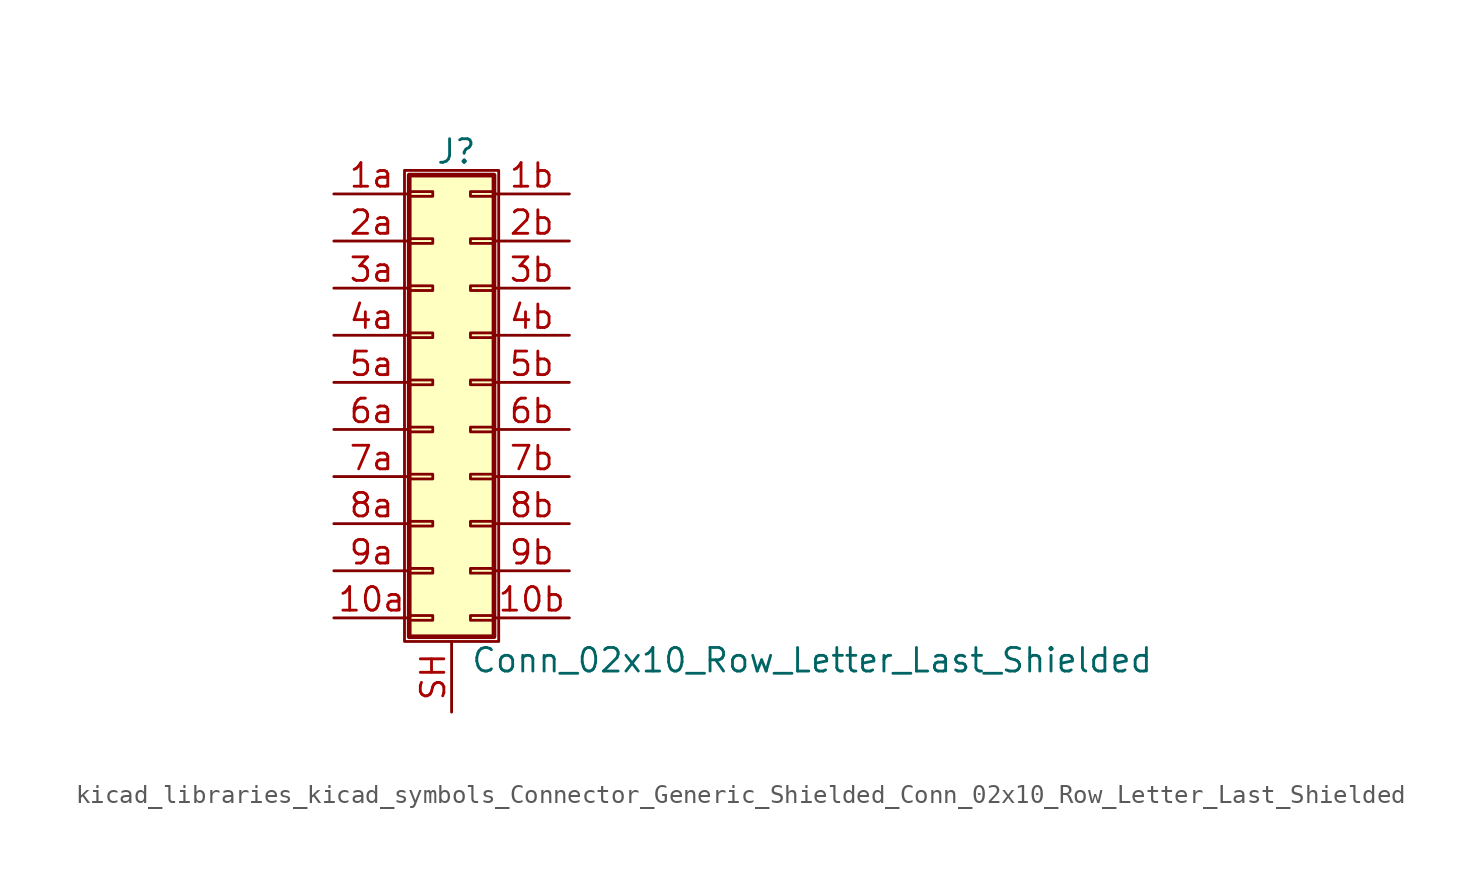
<source format=kicad_sym>
(kicad_symbol_lib
  (version 20220914)
  (generator kicad_symbol_editor)
  (symbol "kicad_libraries_kicad_symbols_Connector_Generic_Shielded_Conn_02x10_Row_Letter_Last_Shielded"
    (pin_names
      (offset 1.016) hide)
    (property "Reference" "J"
      (at 1.524 12.446 0)
      (effects (font (size 1.27 1.27))))
    (property "Value" "Conn_02x10_Row_Letter_Last_Shielded"
      (at 2.286 -14.986 0)
      (effects (font (size 1.27 1.27)) (justify left)))
    (symbol "kicad_libraries_kicad_symbols_Connector_Generic_Shielded_Conn_02x10_Row_Letter_Last_Shielded_1_1"
      (rectangle (start -1.27 11.43) (end 3.81 -13.97) (stroke (width 0.152) (type default)) (fill (type none)))
      (rectangle (start -1.016 -12.573) (end 0.254 -12.827) (stroke (width 0.152) (type default)) (fill (type none)))
      (rectangle (start -1.016 -10.033) (end 0.254 -10.287) (stroke (width 0.152) (type default)) (fill (type none)))
      (rectangle (start -1.016 -7.493) (end 0.254 -7.747) (stroke (width 0.152) (type default)) (fill (type none)))
      (rectangle (start -1.016 -4.953) (end 0.254 -5.207) (stroke (width 0.152) (type default)) (fill (type none)))
      (rectangle (start -1.016 -2.413) (end 0.254 -2.667) (stroke (width 0.152) (type default)) (fill (type none)))
      (rectangle (start -1.016 0.127) (end 0.254 -0.127) (stroke (width 0.152) (type default)) (fill (type none)))
      (rectangle (start -1.016 2.667) (end 0.254 2.413) (stroke (width 0.152) (type default)) (fill (type none)))
      (rectangle (start -1.016 5.207) (end 0.254 4.953) (stroke (width 0.152) (type default)) (fill (type none)))
      (rectangle (start -1.016 7.747) (end 0.254 7.493) (stroke (width 0.152) (type default)) (fill (type none)))
      (rectangle (start -1.016 10.287) (end 0.254 10.033) (stroke (width 0.152) (type default)) (fill (type none)))
      (rectangle (start -1.016 11.176) (end 3.556 -13.716) (stroke (width 0.254) (type default)) (fill (type background)))
      (rectangle (start 3.556 -12.573) (end 2.286 -12.827) (stroke (width 0.152) (type default)) (fill (type none)))
      (rectangle (start 3.556 -10.033) (end 2.286 -10.287) (stroke (width 0.152) (type default)) (fill (type none)))
      (rectangle (start 3.556 -7.493) (end 2.286 -7.747) (stroke (width 0.152) (type default)) (fill (type none)))
      (rectangle (start 3.556 -4.953) (end 2.286 -5.207) (stroke (width 0.152) (type default)) (fill (type none)))
      (rectangle (start 3.556 -2.413) (end 2.286 -2.667) (stroke (width 0.152) (type default)) (fill (type none)))
      (rectangle (start 3.556 0.127) (end 2.286 -0.127) (stroke (width 0.152) (type default)) (fill (type none)))
      (rectangle (start 3.556 2.667) (end 2.286 2.413) (stroke (width 0.152) (type default)) (fill (type none)))
      (rectangle (start 3.556 5.207) (end 2.286 4.953) (stroke (width 0.152) (type default)) (fill (type none)))
      (rectangle (start 3.556 7.747) (end 2.286 7.493) (stroke (width 0.152) (type default)) (fill (type none)))
      (rectangle (start 3.556 10.287) (end 2.286 10.033) (stroke (width 0.152) (type default)) (fill (type none)))
      (pin passive line (at -5.08 -12.7 0) (length 4.064) (name "Pin_10a" (effects (font (size 1.27 1.27)))) (number "10a" (effects (font (size 1.27 1.27)))))
      (pin passive line (at 7.62 -12.7 180) (length 4.064) (name "Pin_10b" (effects (font (size 1.27 1.27)))) (number "10b" (effects (font (size 1.27 1.27)))))
      (pin passive line (at -5.08 10.16 0) (length 4.064) (name "Pin_1a" (effects (font (size 1.27 1.27)))) (number "1a" (effects (font (size 1.27 1.27)))))
      (pin passive line (at 7.62 10.16 180) (length 4.064) (name "Pin_1b" (effects (font (size 1.27 1.27)))) (number "1b" (effects (font (size 1.27 1.27)))))
      (pin passive line (at -5.08 7.62 0) (length 4.064) (name "Pin_2a" (effects (font (size 1.27 1.27)))) (number "2a" (effects (font (size 1.27 1.27)))))
      (pin passive line (at 7.62 7.62 180) (length 4.064) (name "Pin_2b" (effects (font (size 1.27 1.27)))) (number "2b" (effects (font (size 1.27 1.27)))))
      (pin passive line (at -5.08 5.08 0) (length 4.064) (name "Pin_3a" (effects (font (size 1.27 1.27)))) (number "3a" (effects (font (size 1.27 1.27)))))
      (pin passive line (at 7.62 5.08 180) (length 4.064) (name "Pin_3b" (effects (font (size 1.27 1.27)))) (number "3b" (effects (font (size 1.27 1.27)))))
      (pin passive line (at -5.08 2.54 0) (length 4.064) (name "Pin_4a" (effects (font (size 1.27 1.27)))) (number "4a" (effects (font (size 1.27 1.27)))))
      (pin passive line (at 7.62 2.54 180) (length 4.064) (name "Pin_4b" (effects (font (size 1.27 1.27)))) (number "4b" (effects (font (size 1.27 1.27)))))
      (pin passive line (at -5.08 0 0) (length 4.064) (name "Pin_5a" (effects (font (size 1.27 1.27)))) (number "5a" (effects (font (size 1.27 1.27)))))
      (pin passive line (at 7.62 0 180) (length 4.064) (name "Pin_5b" (effects (font (size 1.27 1.27)))) (number "5b" (effects (font (size 1.27 1.27)))))
      (pin passive line (at -5.08 -2.54 0) (length 4.064) (name "Pin_6a" (effects (font (size 1.27 1.27)))) (number "6a" (effects (font (size 1.27 1.27)))))
      (pin passive line (at 7.62 -2.54 180) (length 4.064) (name "Pin_6b" (effects (font (size 1.27 1.27)))) (number "6b" (effects (font (size 1.27 1.27)))))
      (pin passive line (at -5.08 -5.08 0) (length 4.064) (name "Pin_7a" (effects (font (size 1.27 1.27)))) (number "7a" (effects (font (size 1.27 1.27)))))
      (pin passive line (at 7.62 -5.08 180) (length 4.064) (name "Pin_7b" (effects (font (size 1.27 1.27)))) (number "7b" (effects (font (size 1.27 1.27)))))
      (pin passive line (at -5.08 -7.62 0) (length 4.064) (name "Pin_8a" (effects (font (size 1.27 1.27)))) (number "8a" (effects (font (size 1.27 1.27)))))
      (pin passive line (at 7.62 -7.62 180) (length 4.064) (name "Pin_8b" (effects (font (size 1.27 1.27)))) (number "8b" (effects (font (size 1.27 1.27)))))
      (pin passive line (at -5.08 -10.16 0) (length 4.064) (name "Pin_9a" (effects (font (size 1.27 1.27)))) (number "9a" (effects (font (size 1.27 1.27)))))
      (pin passive line (at 7.62 -10.16 180) (length 4.064) (name "Pin_9b" (effects (font (size 1.27 1.27)))) (number "9b" (effects (font (size 1.27 1.27)))))
      (pin passive line (at 1.27 -17.78 90) (length 3.81) (name "Shield" (effects (font (size 1.27 1.27)))) (number "SH" (effects (font (size 1.27 1.27))))))))
</source>
